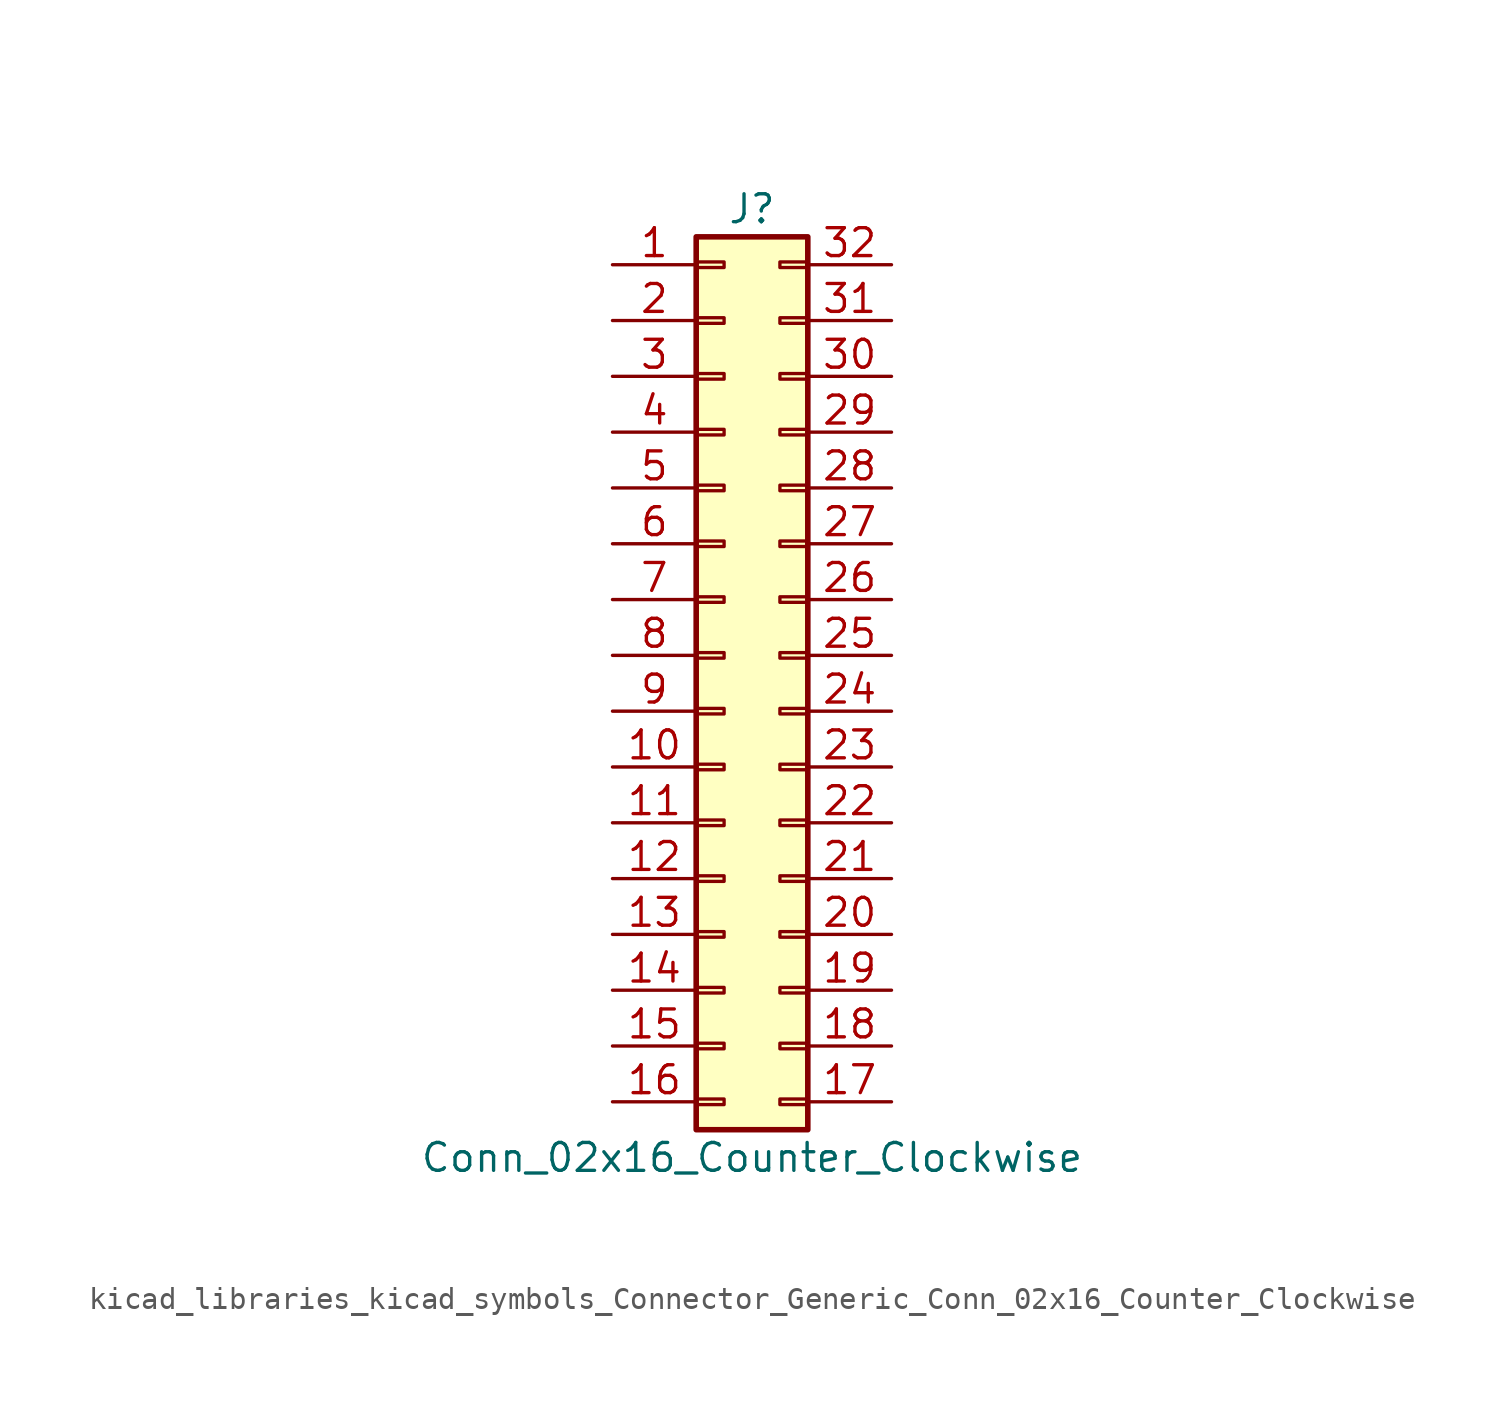
<source format=kicad_sym>
(kicad_symbol_lib
  (version 20220914)
  (generator kicad_symbol_editor)
  (symbol "kicad_libraries_kicad_symbols_Connector_Generic_Conn_02x16_Counter_Clockwise"
    (pin_names
      (offset 1.016) hide)
    (property "Reference" "J"
      (at 1.27 20.32 0)
      (effects (font (size 1.27 1.27))))
    (property "Value" "Conn_02x16_Counter_Clockwise"
      (at 1.27 -22.86 0)
      (effects (font (size 1.27 1.27))))
    (symbol "kicad_libraries_kicad_symbols_Connector_Generic_Conn_02x16_Counter_Clockwise_1_1"
      (rectangle (start -1.27 -20.193) (end 0 -20.447) (stroke (width 0.152) (type default)) (fill (type none)))
      (rectangle (start -1.27 -17.653) (end 0 -17.907) (stroke (width 0.152) (type default)) (fill (type none)))
      (rectangle (start -1.27 -15.113) (end 0 -15.367) (stroke (width 0.152) (type default)) (fill (type none)))
      (rectangle (start -1.27 -12.573) (end 0 -12.827) (stroke (width 0.152) (type default)) (fill (type none)))
      (rectangle (start -1.27 -10.033) (end 0 -10.287) (stroke (width 0.152) (type default)) (fill (type none)))
      (rectangle (start -1.27 -7.493) (end 0 -7.747) (stroke (width 0.152) (type default)) (fill (type none)))
      (rectangle (start -1.27 -4.953) (end 0 -5.207) (stroke (width 0.152) (type default)) (fill (type none)))
      (rectangle (start -1.27 -2.413) (end 0 -2.667) (stroke (width 0.152) (type default)) (fill (type none)))
      (rectangle (start -1.27 0.127) (end 0 -0.127) (stroke (width 0.152) (type default)) (fill (type none)))
      (rectangle (start -1.27 2.667) (end 0 2.413) (stroke (width 0.152) (type default)) (fill (type none)))
      (rectangle (start -1.27 5.207) (end 0 4.953) (stroke (width 0.152) (type default)) (fill (type none)))
      (rectangle (start -1.27 7.747) (end 0 7.493) (stroke (width 0.152) (type default)) (fill (type none)))
      (rectangle (start -1.27 10.287) (end 0 10.033) (stroke (width 0.152) (type default)) (fill (type none)))
      (rectangle (start -1.27 12.827) (end 0 12.573) (stroke (width 0.152) (type default)) (fill (type none)))
      (rectangle (start -1.27 15.367) (end 0 15.113) (stroke (width 0.152) (type default)) (fill (type none)))
      (rectangle (start -1.27 17.907) (end 0 17.653) (stroke (width 0.152) (type default)) (fill (type none)))
      (rectangle (start -1.27 19.05) (end 3.81 -21.59) (stroke (width 0.254) (type default)) (fill (type background)))
      (rectangle (start 3.81 -20.193) (end 2.54 -20.447) (stroke (width 0.152) (type default)) (fill (type none)))
      (rectangle (start 3.81 -17.653) (end 2.54 -17.907) (stroke (width 0.152) (type default)) (fill (type none)))
      (rectangle (start 3.81 -15.113) (end 2.54 -15.367) (stroke (width 0.152) (type default)) (fill (type none)))
      (rectangle (start 3.81 -12.573) (end 2.54 -12.827) (stroke (width 0.152) (type default)) (fill (type none)))
      (rectangle (start 3.81 -10.033) (end 2.54 -10.287) (stroke (width 0.152) (type default)) (fill (type none)))
      (rectangle (start 3.81 -7.493) (end 2.54 -7.747) (stroke (width 0.152) (type default)) (fill (type none)))
      (rectangle (start 3.81 -4.953) (end 2.54 -5.207) (stroke (width 0.152) (type default)) (fill (type none)))
      (rectangle (start 3.81 -2.413) (end 2.54 -2.667) (stroke (width 0.152) (type default)) (fill (type none)))
      (rectangle (start 3.81 0.127) (end 2.54 -0.127) (stroke (width 0.152) (type default)) (fill (type none)))
      (rectangle (start 3.81 2.667) (end 2.54 2.413) (stroke (width 0.152) (type default)) (fill (type none)))
      (rectangle (start 3.81 5.207) (end 2.54 4.953) (stroke (width 0.152) (type default)) (fill (type none)))
      (rectangle (start 3.81 7.747) (end 2.54 7.493) (stroke (width 0.152) (type default)) (fill (type none)))
      (rectangle (start 3.81 10.287) (end 2.54 10.033) (stroke (width 0.152) (type default)) (fill (type none)))
      (rectangle (start 3.81 12.827) (end 2.54 12.573) (stroke (width 0.152) (type default)) (fill (type none)))
      (rectangle (start 3.81 15.367) (end 2.54 15.113) (stroke (width 0.152) (type default)) (fill (type none)))
      (rectangle (start 3.81 17.907) (end 2.54 17.653) (stroke (width 0.152) (type default)) (fill (type none)))
      (pin passive line (at -5.08 17.78 0) (length 3.81) (name "Pin_1" (effects (font (size 1.27 1.27)))) (number "1" (effects (font (size 1.27 1.27)))))
      (pin passive line (at -5.08 -5.08 0) (length 3.81) (name "Pin_10" (effects (font (size 1.27 1.27)))) (number "10" (effects (font (size 1.27 1.27)))))
      (pin passive line (at -5.08 -7.62 0) (length 3.81) (name "Pin_11" (effects (font (size 1.27 1.27)))) (number "11" (effects (font (size 1.27 1.27)))))
      (pin passive line (at -5.08 -10.16 0) (length 3.81) (name "Pin_12" (effects (font (size 1.27 1.27)))) (number "12" (effects (font (size 1.27 1.27)))))
      (pin passive line (at -5.08 -12.7 0) (length 3.81) (name "Pin_13" (effects (font (size 1.27 1.27)))) (number "13" (effects (font (size 1.27 1.27)))))
      (pin passive line (at -5.08 -15.24 0) (length 3.81) (name "Pin_14" (effects (font (size 1.27 1.27)))) (number "14" (effects (font (size 1.27 1.27)))))
      (pin passive line (at -5.08 -17.78 0) (length 3.81) (name "Pin_15" (effects (font (size 1.27 1.27)))) (number "15" (effects (font (size 1.27 1.27)))))
      (pin passive line (at -5.08 -20.32 0) (length 3.81) (name "Pin_16" (effects (font (size 1.27 1.27)))) (number "16" (effects (font (size 1.27 1.27)))))
      (pin passive line (at 7.62 -20.32 180) (length 3.81) (name "Pin_17" (effects (font (size 1.27 1.27)))) (number "17" (effects (font (size 1.27 1.27)))))
      (pin passive line (at 7.62 -17.78 180) (length 3.81) (name "Pin_18" (effects (font (size 1.27 1.27)))) (number "18" (effects (font (size 1.27 1.27)))))
      (pin passive line (at 7.62 -15.24 180) (length 3.81) (name "Pin_19" (effects (font (size 1.27 1.27)))) (number "19" (effects (font (size 1.27 1.27)))))
      (pin passive line (at -5.08 15.24 0) (length 3.81) (name "Pin_2" (effects (font (size 1.27 1.27)))) (number "2" (effects (font (size 1.27 1.27)))))
      (pin passive line (at 7.62 -12.7 180) (length 3.81) (name "Pin_20" (effects (font (size 1.27 1.27)))) (number "20" (effects (font (size 1.27 1.27)))))
      (pin passive line (at 7.62 -10.16 180) (length 3.81) (name "Pin_21" (effects (font (size 1.27 1.27)))) (number "21" (effects (font (size 1.27 1.27)))))
      (pin passive line (at 7.62 -7.62 180) (length 3.81) (name "Pin_22" (effects (font (size 1.27 1.27)))) (number "22" (effects (font (size 1.27 1.27)))))
      (pin passive line (at 7.62 -5.08 180) (length 3.81) (name "Pin_23" (effects (font (size 1.27 1.27)))) (number "23" (effects (font (size 1.27 1.27)))))
      (pin passive line (at 7.62 -2.54 180) (length 3.81) (name "Pin_24" (effects (font (size 1.27 1.27)))) (number "24" (effects (font (size 1.27 1.27)))))
      (pin passive line (at 7.62 0 180) (length 3.81) (name "Pin_25" (effects (font (size 1.27 1.27)))) (number "25" (effects (font (size 1.27 1.27)))))
      (pin passive line (at 7.62 2.54 180) (length 3.81) (name "Pin_26" (effects (font (size 1.27 1.27)))) (number "26" (effects (font (size 1.27 1.27)))))
      (pin passive line (at 7.62 5.08 180) (length 3.81) (name "Pin_27" (effects (font (size 1.27 1.27)))) (number "27" (effects (font (size 1.27 1.27)))))
      (pin passive line (at 7.62 7.62 180) (length 3.81) (name "Pin_28" (effects (font (size 1.27 1.27)))) (number "28" (effects (font (size 1.27 1.27)))))
      (pin passive line (at 7.62 10.16 180) (length 3.81) (name "Pin_29" (effects (font (size 1.27 1.27)))) (number "29" (effects (font (size 1.27 1.27)))))
      (pin passive line (at -5.08 12.7 0) (length 3.81) (name "Pin_3" (effects (font (size 1.27 1.27)))) (number "3" (effects (font (size 1.27 1.27)))))
      (pin passive line (at 7.62 12.7 180) (length 3.81) (name "Pin_30" (effects (font (size 1.27 1.27)))) (number "30" (effects (font (size 1.27 1.27)))))
      (pin passive line (at 7.62 15.24 180) (length 3.81) (name "Pin_31" (effects (font (size 1.27 1.27)))) (number "31" (effects (font (size 1.27 1.27)))))
      (pin passive line (at 7.62 17.78 180) (length 3.81) (name "Pin_32" (effects (font (size 1.27 1.27)))) (number "32" (effects (font (size 1.27 1.27)))))
      (pin passive line (at -5.08 10.16 0) (length 3.81) (name "Pin_4" (effects (font (size 1.27 1.27)))) (number "4" (effects (font (size 1.27 1.27)))))
      (pin passive line (at -5.08 7.62 0) (length 3.81) (name "Pin_5" (effects (font (size 1.27 1.27)))) (number "5" (effects (font (size 1.27 1.27)))))
      (pin passive line (at -5.08 5.08 0) (length 3.81) (name "Pin_6" (effects (font (size 1.27 1.27)))) (number "6" (effects (font (size 1.27 1.27)))))
      (pin passive line (at -5.08 2.54 0) (length 3.81) (name "Pin_7" (effects (font (size 1.27 1.27)))) (number "7" (effects (font (size 1.27 1.27)))))
      (pin passive line (at -5.08 0 0) (length 3.81) (name "Pin_8" (effects (font (size 1.27 1.27)))) (number "8" (effects (font (size 1.27 1.27)))))
      (pin passive line (at -5.08 -2.54 0) (length 3.81) (name "Pin_9" (effects (font (size 1.27 1.27)))) (number "9" (effects (font (size 1.27 1.27))))))))
</source>
